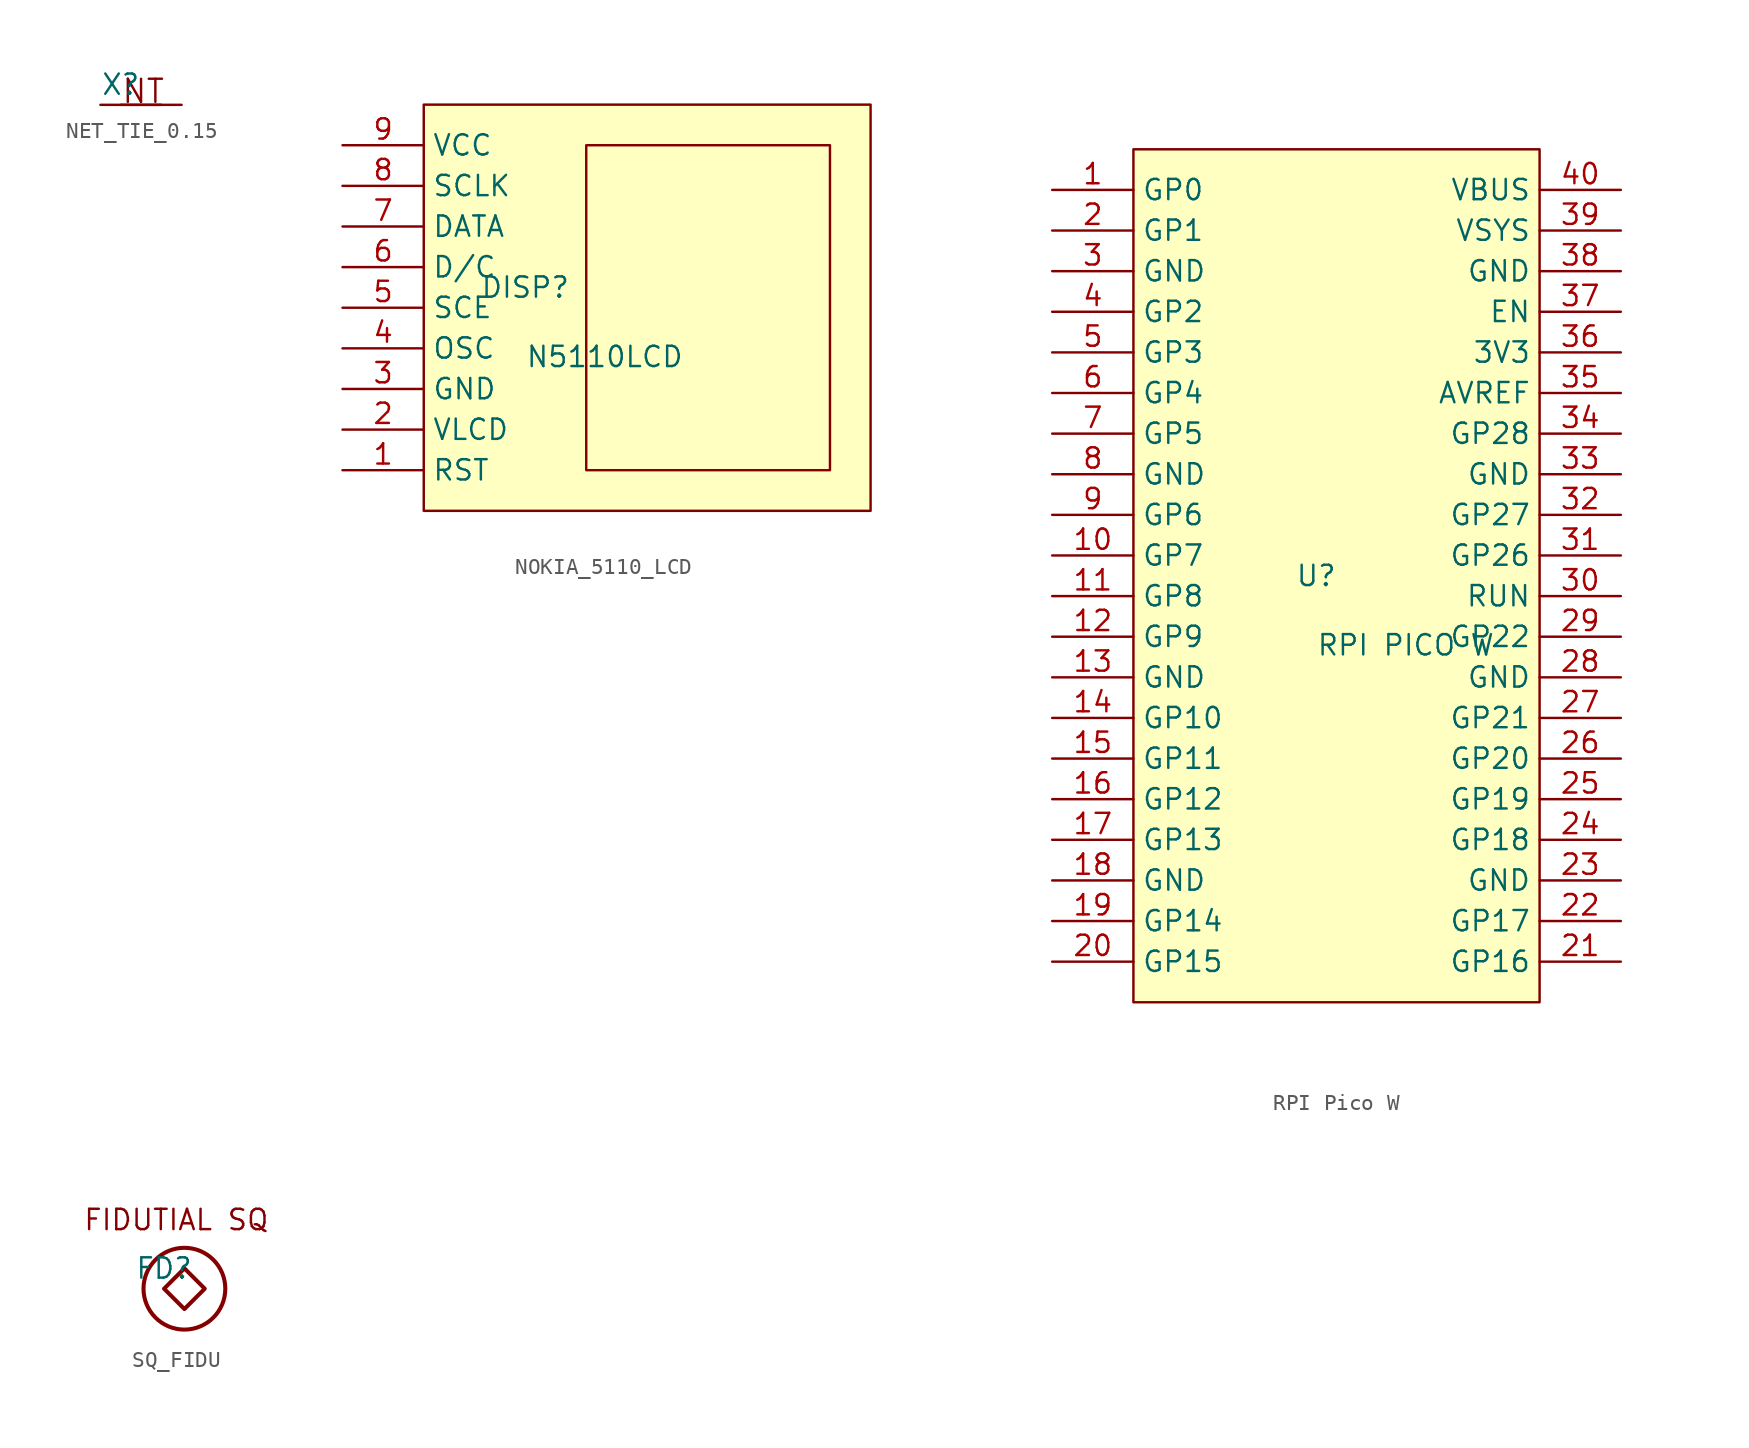
<source format=kicad_sym>
(kicad_symbol_lib
  (version 20231120)
  (generator "kicad_symbol_editor")
  (generator_version "8.0")
  (symbol "NET_TIE_0.15"
    (property "Reference" "X"
      (at -1.27 1.27 0)
      (effects (font (size 1.27 1.27))))
    (symbol "NET_TIE_0.15_1_0"
      (text "NT" (at -1.27 0 0) (effects (font (size 1.448 1.448)) (justify left bottom)))
      (pin passive line (at 2.54 0 180) (length 3.81) (name "1" (effects (font (size 0 0)))) (number "1" (effects (font (size 0 0)))))
      (pin passive line (at -2.54 0 0) (length 3.81) (name "2" (effects (font (size 0 0)))) (number "2" (effects (font (size 0 0)))))))
  (symbol "NOKIA_5110_LCD"
    (property "Reference" "DISP"
      (at -1.27 1.27 0)
      (effects (font (size 1.27 1.27))))
    (property "Value" "N5110LCD"
      (at -1.27 -3.81 0)
      (effects (font (size 1.27 1.27)) (justify left bottom)))
    (symbol "NOKIA_5110_LCD_1_0"
      (rectangle (start -7.62 12.7) (end 20.32 -12.7) (stroke (width 0) (type solid) (color 128 0 0 1)) (fill (type background)))
      (rectangle (start 2.54 10.16) (end 17.78 -10.16) (stroke (width 0) (type solid)) (fill (type background)))
      (pin passive line (at -12.7 -10.16 0) (length 5.08) (name "RST" (effects (font (size 1.27 1.27)))) (number "1" (effects (font (size 1.27 1.27)))))
      (pin passive line (at -12.7 -7.62 0) (length 5.08) (name "VLCD" (effects (font (size 1.27 1.27)))) (number "2" (effects (font (size 1.27 1.27)))))
      (pin passive line (at -12.7 -5.08 0) (length 5.08) (name "GND" (effects (font (size 1.27 1.27)))) (number "3" (effects (font (size 1.27 1.27)))))
      (pin passive line (at -12.7 -2.54 0) (length 5.08) (name "OSC" (effects (font (size 1.27 1.27)))) (number "4" (effects (font (size 1.27 1.27)))))
      (pin passive line (at -12.7 0 0) (length 5.08) (name "SCE" (effects (font (size 1.27 1.27)))) (number "5" (effects (font (size 1.27 1.27)))))
      (pin passive line (at -12.7 2.54 0) (length 5.08) (name "D/C" (effects (font (size 1.27 1.27)))) (number "6" (effects (font (size 1.27 1.27)))))
      (pin passive line (at -12.7 5.08 0) (length 5.08) (name "DATA" (effects (font (size 1.27 1.27)))) (number "7" (effects (font (size 1.27 1.27)))))
      (pin passive line (at -12.7 7.62 0) (length 5.08) (name "SCLK" (effects (font (size 1.27 1.27)))) (number "8" (effects (font (size 1.27 1.27)))))
      (pin passive line (at -12.7 10.16 0) (length 5.08) (name "VCC" (effects (font (size 1.27 1.27)))) (number "9" (effects (font (size 1.27 1.27)))))))
  (symbol "RPI Pico W"
    (property "Reference" "U"
      (at -1.27 1.27 0)
      (effects (font (size 1.27 1.27))))
    (property "Value" "RPI PICO W"
      (at -1.27 -3.81 0)
      (effects (font (size 1.27 1.27)) (justify left bottom)))
    (symbol "RPI Pico W_1_0"
      (rectangle (start -12.7 27.94) (end 12.7 -25.4) (stroke (width 0) (type solid) (color 128 0 0 1)) (fill (type background)))
      (pin bidirectional line (at -17.78 25.4 0) (length 5.08) (name "GP0" (effects (font (size 1.27 1.27)))) (number "1" (effects (font (size 1.27 1.27)))))
      (pin bidirectional line (at -17.78 2.54 0) (length 5.08) (name "GP7" (effects (font (size 1.27 1.27)))) (number "10" (effects (font (size 1.27 1.27)))))
      (pin bidirectional line (at -17.78 0 0) (length 5.08) (name "GP8" (effects (font (size 1.27 1.27)))) (number "11" (effects (font (size 1.27 1.27)))))
      (pin bidirectional line (at -17.78 -2.54 0) (length 5.08) (name "GP9" (effects (font (size 1.27 1.27)))) (number "12" (effects (font (size 1.27 1.27)))))
      (pin power_in line (at -17.78 -5.08 0) (length 5.08) (name "GND" (effects (font (size 1.27 1.27)))) (number "13" (effects (font (size 1.27 1.27)))))
      (pin bidirectional line (at -17.78 -7.62 0) (length 5.08) (name "GP10" (effects (font (size 1.27 1.27)))) (number "14" (effects (font (size 1.27 1.27)))))
      (pin bidirectional line (at -17.78 -10.16 0) (length 5.08) (name "GP11" (effects (font (size 1.27 1.27)))) (number "15" (effects (font (size 1.27 1.27)))))
      (pin bidirectional line (at -17.78 -12.7 0) (length 5.08) (name "GP12" (effects (font (size 1.27 1.27)))) (number "16" (effects (font (size 1.27 1.27)))))
      (pin bidirectional line (at -17.78 -15.24 0) (length 5.08) (name "GP13" (effects (font (size 1.27 1.27)))) (number "17" (effects (font (size 1.27 1.27)))))
      (pin power_in line (at -17.78 -17.78 0) (length 5.08) (name "GND" (effects (font (size 1.27 1.27)))) (number "18" (effects (font (size 1.27 1.27)))))
      (pin bidirectional line (at -17.78 -20.32 0) (length 5.08) (name "GP14" (effects (font (size 1.27 1.27)))) (number "19" (effects (font (size 1.27 1.27)))))
      (pin bidirectional line (at -17.78 22.86 0) (length 5.08) (name "GP1" (effects (font (size 1.27 1.27)))) (number "2" (effects (font (size 1.27 1.27)))))
      (pin bidirectional line (at -17.78 -22.86 0) (length 5.08) (name "GP15" (effects (font (size 1.27 1.27)))) (number "20" (effects (font (size 1.27 1.27)))))
      (pin bidirectional line (at 17.78 -22.86 180) (length 5.08) (name "GP16" (effects (font (size 1.27 1.27)))) (number "21" (effects (font (size 1.27 1.27)))))
      (pin bidirectional line (at 17.78 -20.32 180) (length 5.08) (name "GP17" (effects (font (size 1.27 1.27)))) (number "22" (effects (font (size 1.27 1.27)))))
      (pin power_in line (at 17.78 -17.78 180) (length 5.08) (name "GND" (effects (font (size 1.27 1.27)))) (number "23" (effects (font (size 1.27 1.27)))))
      (pin bidirectional line (at 17.78 -15.24 180) (length 5.08) (name "GP18" (effects (font (size 1.27 1.27)))) (number "24" (effects (font (size 1.27 1.27)))))
      (pin bidirectional line (at 17.78 -12.7 180) (length 5.08) (name "GP19" (effects (font (size 1.27 1.27)))) (number "25" (effects (font (size 1.27 1.27)))))
      (pin bidirectional line (at 17.78 -10.16 180) (length 5.08) (name "GP20" (effects (font (size 1.27 1.27)))) (number "26" (effects (font (size 1.27 1.27)))))
      (pin bidirectional line (at 17.78 -7.62 180) (length 5.08) (name "GP21" (effects (font (size 1.27 1.27)))) (number "27" (effects (font (size 1.27 1.27)))))
      (pin power_in line (at 17.78 -5.08 180) (length 5.08) (name "GND" (effects (font (size 1.27 1.27)))) (number "28" (effects (font (size 1.27 1.27)))))
      (pin bidirectional line (at 17.78 -2.54 180) (length 5.08) (name "GP22" (effects (font (size 1.27 1.27)))) (number "29" (effects (font (size 1.27 1.27)))))
      (pin power_in line (at -17.78 20.32 0) (length 5.08) (name "GND" (effects (font (size 1.27 1.27)))) (number "3" (effects (font (size 1.27 1.27)))))
      (pin input line (at 17.78 0 180) (length 5.08) (name "RUN" (effects (font (size 1.27 1.27)))) (number "30" (effects (font (size 1.27 1.27)))))
      (pin bidirectional line (at 17.78 2.54 180) (length 5.08) (name "GP26" (effects (font (size 1.27 1.27)))) (number "31" (effects (font (size 1.27 1.27)))))
      (pin bidirectional line (at 17.78 5.08 180) (length 5.08) (name "GP27" (effects (font (size 1.27 1.27)))) (number "32" (effects (font (size 1.27 1.27)))))
      (pin power_in line (at 17.78 7.62 180) (length 5.08) (name "GND" (effects (font (size 1.27 1.27)))) (number "33" (effects (font (size 1.27 1.27)))))
      (pin bidirectional line (at 17.78 10.16 180) (length 5.08) (name "GP28" (effects (font (size 1.27 1.27)))) (number "34" (effects (font (size 1.27 1.27)))))
      (pin power_in line (at 17.78 12.7 180) (length 5.08) (name "AVREF" (effects (font (size 1.27 1.27)))) (number "35" (effects (font (size 1.27 1.27)))))
      (pin power_in line (at 17.78 15.24 180) (length 5.08) (name "3V3" (effects (font (size 1.27 1.27)))) (number "36" (effects (font (size 1.27 1.27)))))
      (pin input line (at 17.78 17.78 180) (length 5.08) (name "EN" (effects (font (size 1.27 1.27)))) (number "37" (effects (font (size 1.27 1.27)))))
      (pin power_in line (at 17.78 20.32 180) (length 5.08) (name "GND" (effects (font (size 1.27 1.27)))) (number "38" (effects (font (size 1.27 1.27)))))
      (pin power_in line (at 17.78 22.86 180) (length 5.08) (name "VSYS" (effects (font (size 1.27 1.27)))) (number "39" (effects (font (size 1.27 1.27)))))
      (pin bidirectional line (at -17.78 17.78 0) (length 5.08) (name "GP2" (effects (font (size 1.27 1.27)))) (number "4" (effects (font (size 1.27 1.27)))))
      (pin power_in line (at 17.78 25.4 180) (length 5.08) (name "VBUS" (effects (font (size 1.27 1.27)))) (number "40" (effects (font (size 1.27 1.27)))))
      (pin bidirectional line (at -17.78 15.24 0) (length 5.08) (name "GP3" (effects (font (size 1.27 1.27)))) (number "5" (effects (font (size 1.27 1.27)))))
      (pin bidirectional line (at -17.78 12.7 0) (length 5.08) (name "GP4" (effects (font (size 1.27 1.27)))) (number "6" (effects (font (size 1.27 1.27)))))
      (pin bidirectional line (at -17.78 10.16 0) (length 5.08) (name "GP5" (effects (font (size 1.27 1.27)))) (number "7" (effects (font (size 1.27 1.27)))))
      (pin power_in line (at -17.78 7.62 0) (length 5.08) (name "GND" (effects (font (size 1.27 1.27)))) (number "8" (effects (font (size 1.27 1.27)))))
      (pin bidirectional line (at -17.78 5.08 0) (length 5.08) (name "GP6" (effects (font (size 1.27 1.27)))) (number "9" (effects (font (size 1.27 1.27)))))))
  (symbol "SQ_FIDU"
    (property "Reference" "FD"
      (at -1.27 1.27 0)
      (effects (font (size 1.27 1.27))))
    (symbol "SQ_FIDU_1_0"
      (polyline (pts (xy -1.27 0) (xy 0 1.27) (xy 1.27 0) (xy 0 -1.27) (xy -1.27 0)) (stroke (width 0.254) (type solid)) (fill (type none)))
      (circle (center 0 0) (radius 2.553) (stroke (width 0.254) (type solid)) (fill (type none)))
      (text "FIDUTIAL SQ" (at -6.35 3.556 0) (effects (font (size 1.27 1.27)) (justify left bottom))))))
</source>
